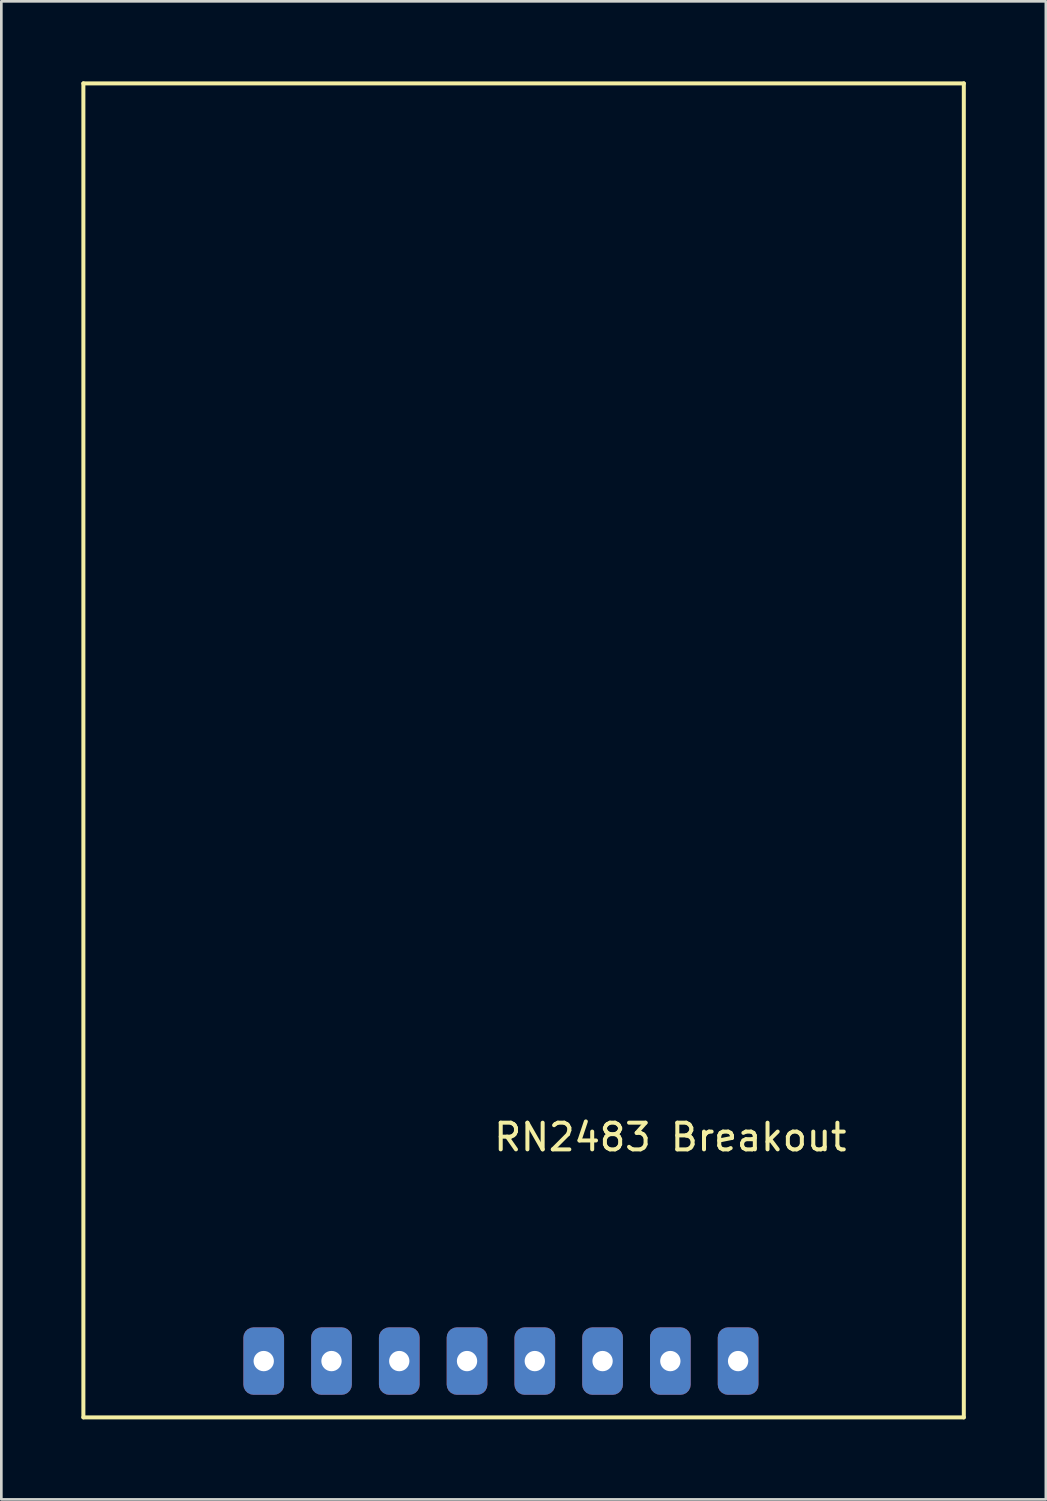
<source format=kicad_pcb>
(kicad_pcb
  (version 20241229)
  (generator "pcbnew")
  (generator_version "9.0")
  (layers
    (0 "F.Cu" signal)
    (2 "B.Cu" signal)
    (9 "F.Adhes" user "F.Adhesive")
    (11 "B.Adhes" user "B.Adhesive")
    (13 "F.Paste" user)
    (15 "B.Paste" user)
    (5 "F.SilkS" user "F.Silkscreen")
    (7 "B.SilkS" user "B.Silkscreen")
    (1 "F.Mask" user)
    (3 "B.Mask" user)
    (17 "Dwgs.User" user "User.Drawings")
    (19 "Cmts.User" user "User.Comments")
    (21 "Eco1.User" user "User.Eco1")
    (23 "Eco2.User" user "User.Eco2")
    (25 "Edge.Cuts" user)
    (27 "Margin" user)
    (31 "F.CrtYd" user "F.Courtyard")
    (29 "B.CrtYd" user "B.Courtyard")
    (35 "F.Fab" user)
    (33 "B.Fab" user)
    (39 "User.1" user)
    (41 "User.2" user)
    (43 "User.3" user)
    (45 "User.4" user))
  (footprint "RN2483 Breakout"
    (layer "F.Cu")
    (at 22.075 39.075)
    (property "Reference" "RN2483 Breakout" (at 0 0.5 0) (layer "F.SilkS") (effects (font (size 1 1) (thickness 0.15))))
    (attr through_hole)
    (fp_line (start -22 -39) (end 11 -39) (stroke (width 0.15) (type solid)) (layer "F.SilkS"))
    (fp_line (start -22 11) (end -22 -39) (stroke (width 0.15) (type solid)) (layer "F.SilkS"))
    (fp_line (start -22 11) (end 11 11) (stroke (width 0.15) (type solid)) (layer "F.SilkS"))
    (fp_line (start 11 11) (end 11 -39) (stroke (width 0.15) (type solid)) (layer "F.SilkS"))
    (pad "1" thru_hole roundrect (at -15.24 8.89) (size 1.524 2.524) (drill 0.762) (layers "*.Cu" "*.Mask") (roundrect_rratio 0.25))
    (pad "2" thru_hole roundrect (at -12.7 8.89) (size 1.524 2.524) (drill 0.762) (layers "*.Cu" "*.Mask") (roundrect_rratio 0.25))
    (pad "3" thru_hole roundrect (at -10.16 8.89) (size 1.524 2.524) (drill 0.762) (layers "*.Cu" "*.Mask") (roundrect_rratio 0.25))
    (pad "4" thru_hole roundrect (at -7.62 8.89) (size 1.524 2.524) (drill 0.762) (layers "*.Cu" "*.Mask") (roundrect_rratio 0.25))
    (pad "5" thru_hole roundrect (at -5.08 8.89) (size 1.524 2.524) (drill 0.762) (layers "*.Cu" "*.Mask") (roundrect_rratio 0.25))
    (pad "6" thru_hole roundrect (at -2.54 8.89) (size 1.524 2.524) (drill 0.762) (layers "*.Cu" "*.Mask") (roundrect_rratio 0.25))
    (pad "7" thru_hole roundrect (at 0 8.89) (size 1.524 2.524) (drill 0.762) (layers "*.Cu" "*.Mask") (roundrect_rratio 0.25))
    (pad "8" thru_hole roundrect (at 2.54 8.89) (size 1.524 2.524) (drill 0.762) (layers "*.Cu" "*.Mask") (roundrect_rratio 0.25)))
  (gr_rect
    (start -3 -3)
    (end 36.15 53.15)
    (stroke (width 0.1) (type default))
    (fill no)
    (layer "Edge.Cuts")))
</source>
